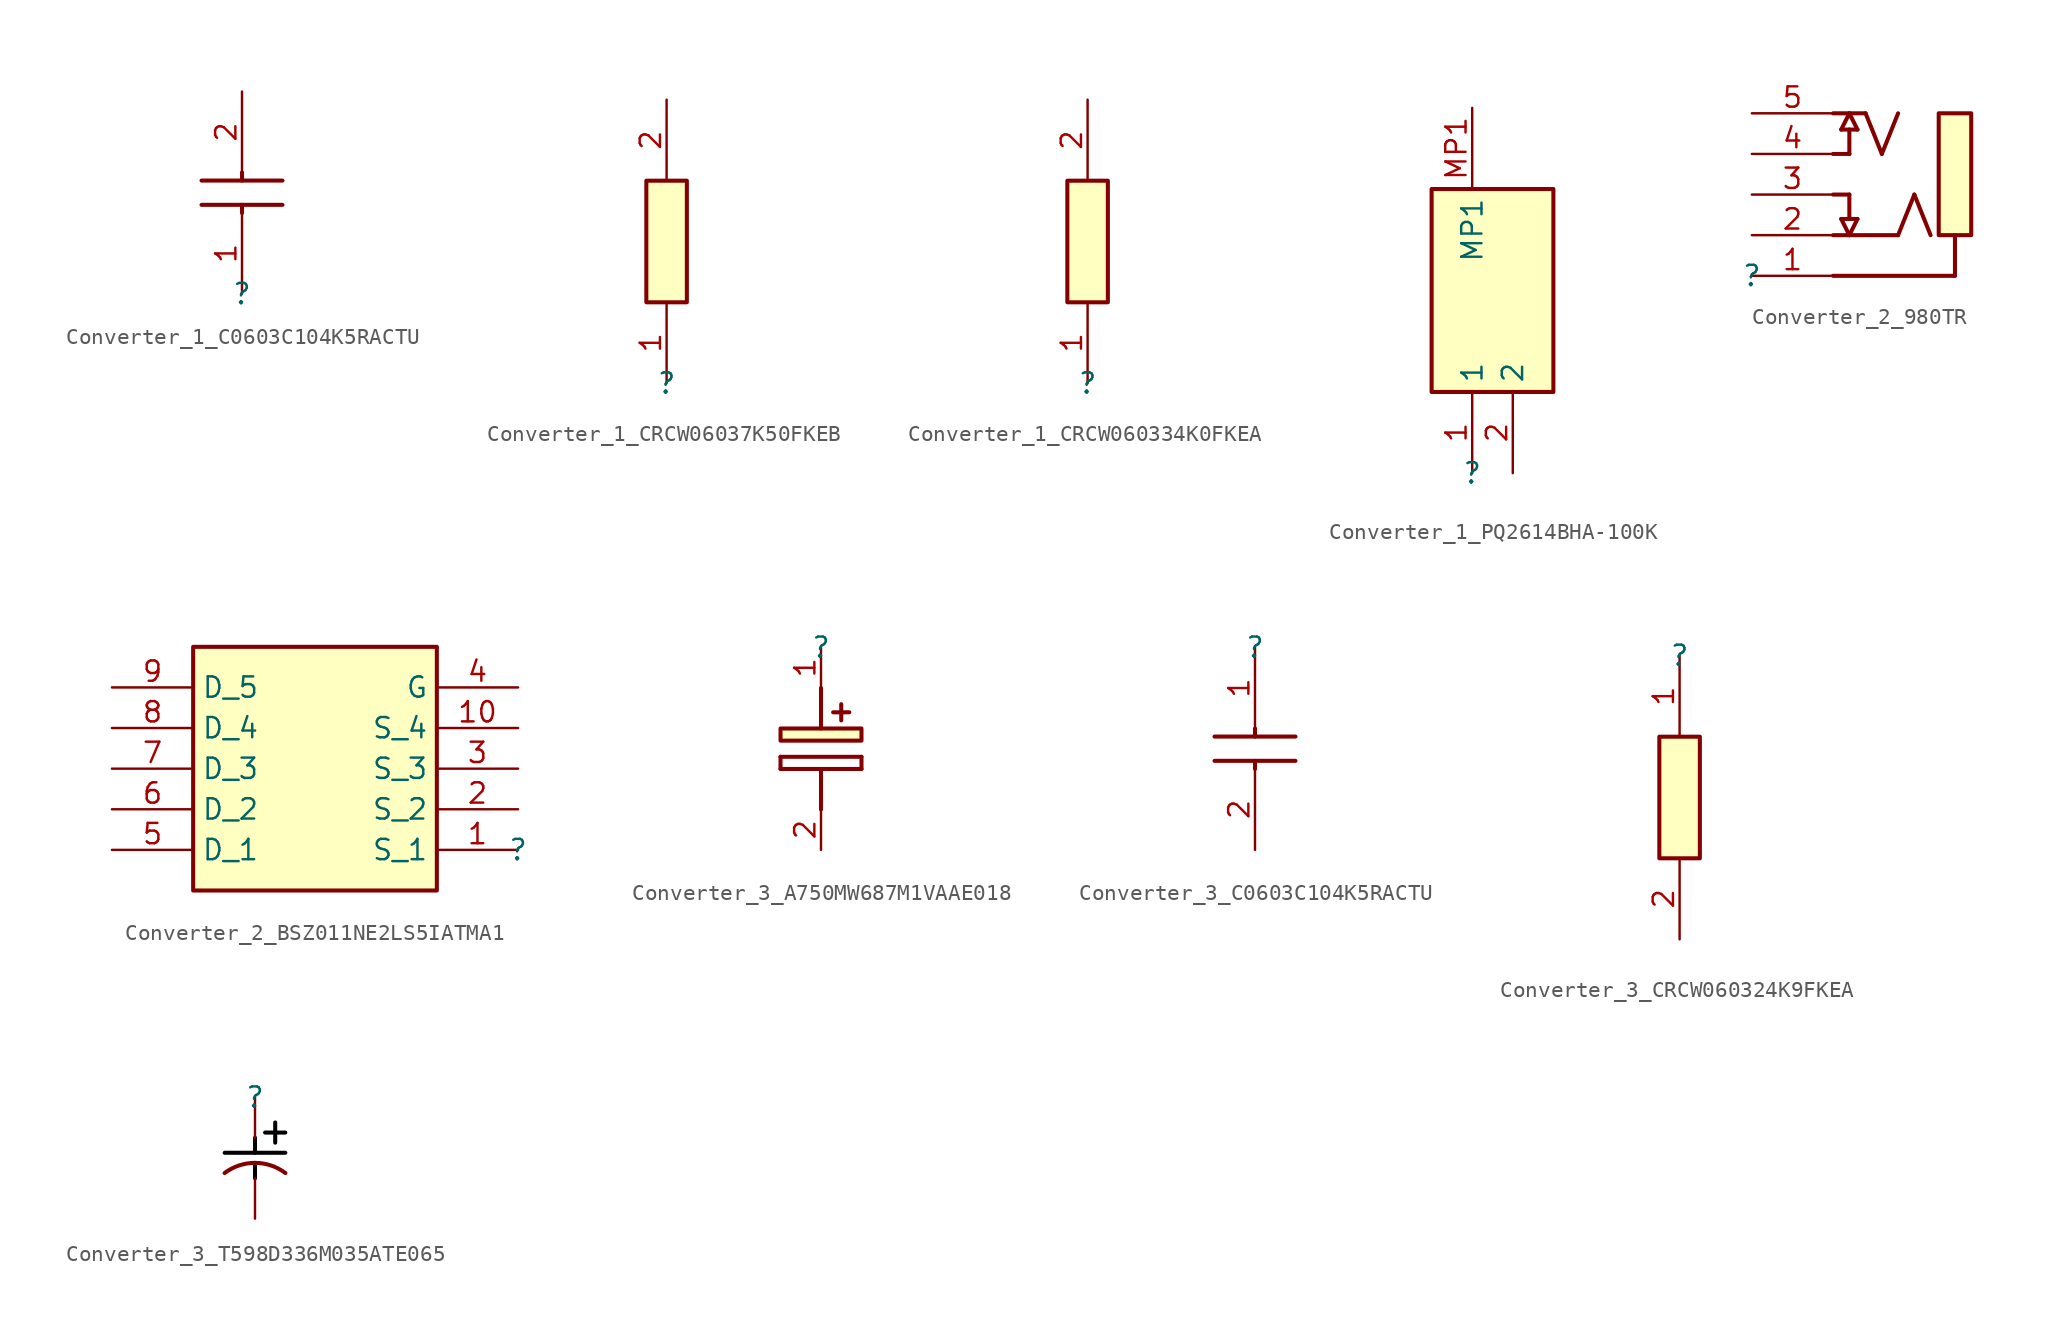
<source format=kicad_sym>
(kicad_symbol_lib
  (version 20220914)
  (generator kicad_symbol_editor)
  (symbol "Converter_1_C0603C104K5RACTU"
    (property "Reference" ""
      (at 0 0 0)
      (effects (font (size 1.27 1.27))))
    (property "Value" ""
      (at 0 0 0)
      (effects (font (size 1.27 1.27))))
    (symbol "Converter_1_C0603C104K5RACTU_1_0"
      (polyline (pts (xy -2.54 5.588) (xy 2.54 5.588)) (stroke (width 0.254) (type solid)) (fill (type none)))
      (polyline (pts (xy -2.54 7.112) (xy 2.54 7.112)) (stroke (width 0.254) (type solid)) (fill (type none)))
      (polyline (pts (xy 0 5.08) (xy 0 5.588)) (stroke (width 0.254) (type solid)) (fill (type none)))
      (polyline (pts (xy 0 7.112) (xy 0 7.62)) (stroke (width 0.254) (type solid)) (fill (type none)))
      (pin passive line (at 0 0 90) (length 5.08) (name "1" (effects (font (size 0 0)))) (number "1" (effects (font (size 1.27 1.27)))))
      (pin passive line (at 0 12.7 270) (length 5.08) (name "2" (effects (font (size 0 0)))) (number "2" (effects (font (size 1.27 1.27)))))))
  (symbol "Converter_1_CRCW06037K50FKEB"
    (property "Reference" ""
      (at 0 0 0)
      (effects (font (size 1.27 1.27))))
    (property "Value" ""
      (at 0 0 0)
      (effects (font (size 1.27 1.27))))
    (symbol "Converter_1_CRCW06037K50FKEB_1_0"
      (rectangle (start 1.27 12.7) (end -1.27 5.08) (stroke (width 0.254) (type solid)) (fill (type background)))
      (pin passive line (at 0 0 90) (length 5.08) (name "1" (effects (font (size 0 0)))) (number "1" (effects (font (size 1.27 1.27)))))
      (pin passive line (at 0 17.78 270) (length 5.08) (name "2" (effects (font (size 0 0)))) (number "2" (effects (font (size 1.27 1.27)))))))
  (symbol "Converter_1_CRCW060334K0FKEA"
    (property "Reference" ""
      (at 0 0 0)
      (effects (font (size 1.27 1.27))))
    (property "Value" ""
      (at 0 0 0)
      (effects (font (size 1.27 1.27))))
    (symbol "Converter_1_CRCW060334K0FKEA_1_0"
      (rectangle (start 1.27 12.7) (end -1.27 5.08) (stroke (width 0.254) (type solid)) (fill (type background)))
      (pin passive line (at 0 0 90) (length 5.08) (name "1" (effects (font (size 0 0)))) (number "1" (effects (font (size 1.27 1.27)))))
      (pin passive line (at 0 17.78 270) (length 5.08) (name "2" (effects (font (size 0 0)))) (number "2" (effects (font (size 1.27 1.27)))))))
  (symbol "Converter_1_PQ2614BHA-100K"
    (property "Reference" ""
      (at 0 0 0)
      (effects (font (size 1.27 1.27))))
    (property "Value" ""
      (at 0 0 0)
      (effects (font (size 1.27 1.27))))
    (symbol "Converter_1_PQ2614BHA-100K_1_0"
      (rectangle (start 5.08 17.78) (end -2.54 5.08) (stroke (width 0.254) (type solid)) (fill (type background)))
      (pin passive line (at 0 0 90) (length 5.08) (name "1" (effects (font (size 1.27 1.27)))) (number "1" (effects (font (size 1.27 1.27)))))
      (pin passive line (at 2.54 0 90) (length 5.08) (name "2" (effects (font (size 1.27 1.27)))) (number "2" (effects (font (size 1.27 1.27)))))
      (pin passive line (at 0 22.86 270) (length 5.08) (name "MP1" (effects (font (size 1.27 1.27)))) (number "MP1" (effects (font (size 1.27 1.27)))))))
  (symbol "Converter_2_980TR"
    (property "Reference" ""
      (at 0 0 0)
      (effects (font (size 1.27 1.27))))
    (property "Value" ""
      (at 0 0 0)
      (effects (font (size 1.27 1.27))))
    (symbol "Converter_2_980TR_1_0"
      (polyline (pts (xy 5.08 0) (xy 12.7 0)) (stroke (width 0.254) (type solid)) (fill (type none)))
      (polyline (pts (xy 5.08 5.08) (xy 6.096 5.08)) (stroke (width 0.254) (type solid)) (fill (type none)))
      (polyline (pts (xy 5.08 7.62) (xy 6.096 7.62)) (stroke (width 0.254) (type solid)) (fill (type none)))
      (polyline (pts (xy 5.08 10.16) (xy 7.112 10.16)) (stroke (width 0.254) (type solid)) (fill (type none)))
      (polyline (pts (xy 5.588 3.556) (xy 6.096 2.54)) (stroke (width 0.254) (type solid)) (fill (type none)))
      (polyline (pts (xy 5.588 3.556) (xy 6.604 3.556)) (stroke (width 0.254) (type solid)) (fill (type none)))
      (polyline (pts (xy 6.096 2.54) (xy 6.604 3.556)) (stroke (width 0.254) (type solid)) (fill (type none)))
      (polyline (pts (xy 6.096 3.556) (xy 6.096 5.08)) (stroke (width 0.254) (type solid)) (fill (type none)))
      (polyline (pts (xy 6.096 9.144) (xy 6.096 7.62)) (stroke (width 0.254) (type solid)) (fill (type none)))
      (polyline (pts (xy 6.096 10.16) (xy 5.588 9.144)) (stroke (width 0.254) (type solid)) (fill (type none)))
      (polyline (pts (xy 6.096 10.16) (xy 6.604 9.144)) (stroke (width 0.254) (type solid)) (fill (type none)))
      (polyline (pts (xy 6.604 9.144) (xy 5.588 9.144)) (stroke (width 0.254) (type solid)) (fill (type none)))
      (polyline (pts (xy 8.128 7.62) (xy 7.112 10.16)) (stroke (width 0.254) (type solid)) (fill (type none)))
      (polyline (pts (xy 8.128 7.62) (xy 9.144 10.16)) (stroke (width 0.254) (type solid)) (fill (type none)))
      (polyline (pts (xy 9.144 2.54) (xy 5.08 2.54)) (stroke (width 0.254) (type solid)) (fill (type none)))
      (polyline (pts (xy 9.144 2.54) (xy 10.16 5.08)) (stroke (width 0.254) (type solid)) (fill (type none)))
      (polyline (pts (xy 11.176 2.54) (xy 10.16 5.08)) (stroke (width 0.254) (type solid)) (fill (type none)))
      (polyline (pts (xy 12.7 2.54) (xy 12.7 0)) (stroke (width 0.254) (type solid)) (fill (type none)))
      (rectangle (start 13.716 10.16) (end 11.684 2.54) (stroke (width 0.254) (type solid)) (fill (type background)))
      (pin passive line (at 0 0 0) (length 5.08) (name "1" (effects (font (size 0 0)))) (number "1" (effects (font (size 1.27 1.27)))))
      (pin passive line (at 0 2.54 0) (length 5.08) (name "2" (effects (font (size 0 0)))) (number "2" (effects (font (size 1.27 1.27)))))
      (pin passive line (at 0 5.08 0) (length 5.08) (name "3" (effects (font (size 0 0)))) (number "3" (effects (font (size 1.27 1.27)))))
      (pin passive line (at 0 7.62 0) (length 5.08) (name "4" (effects (font (size 0 0)))) (number "4" (effects (font (size 1.27 1.27)))))
      (pin passive line (at 0 10.16 0) (length 5.08) (name "5" (effects (font (size 0 0)))) (number "5" (effects (font (size 1.27 1.27)))))))
  (symbol "Converter_2_BSZ011NE2LS5IATMA1"
    (property "Reference" ""
      (at 0 0 0)
      (effects (font (size 1.27 1.27))))
    (property "Value" ""
      (at 0 0 0)
      (effects (font (size 1.27 1.27))))
    (symbol "Converter_2_BSZ011NE2LS5IATMA1_1_0"
      (rectangle (start -5.08 12.7) (end -20.32 -2.54) (stroke (width 0.254) (type solid)) (fill (type background)))
      (pin passive line (at 0 0 180) (length 5.08) (name "S_1" (effects (font (size 1.27 1.27)))) (number "1" (effects (font (size 1.27 1.27)))))
      (pin passive line (at 0 7.62 180) (length 5.08) (name "S_4" (effects (font (size 1.27 1.27)))) (number "10" (effects (font (size 1.27 1.27)))))
      (pin passive line (at 0 2.54 180) (length 5.08) (name "S_2" (effects (font (size 1.27 1.27)))) (number "2" (effects (font (size 1.27 1.27)))))
      (pin passive line (at 0 5.08 180) (length 5.08) (name "S_3" (effects (font (size 1.27 1.27)))) (number "3" (effects (font (size 1.27 1.27)))))
      (pin passive line (at 0 10.16 180) (length 5.08) (name "G" (effects (font (size 1.27 1.27)))) (number "4" (effects (font (size 1.27 1.27)))))
      (pin passive line (at -25.4 0 0) (length 5.08) (name "D_1" (effects (font (size 1.27 1.27)))) (number "5" (effects (font (size 1.27 1.27)))))
      (pin passive line (at -25.4 2.54 0) (length 5.08) (name "D_2" (effects (font (size 1.27 1.27)))) (number "6" (effects (font (size 1.27 1.27)))))
      (pin passive line (at -25.4 5.08 0) (length 5.08) (name "D_3" (effects (font (size 1.27 1.27)))) (number "7" (effects (font (size 1.27 1.27)))))
      (pin passive line (at -25.4 7.62 0) (length 5.08) (name "D_4" (effects (font (size 1.27 1.27)))) (number "8" (effects (font (size 1.27 1.27)))))
      (pin passive line (at -25.4 10.16 0) (length 5.08) (name "D_5" (effects (font (size 1.27 1.27)))) (number "9" (effects (font (size 1.27 1.27)))))))
  (symbol "Converter_3_A750MW687M1VAAE018"
    (property "Reference" ""
      (at 0 0 0)
      (effects (font (size 1.27 1.27))))
    (property "Value" ""
      (at 0 0 0)
      (effects (font (size 1.27 1.27))))
    (symbol "Converter_3_A750MW687M1VAAE018_1_0"
      (polyline (pts (xy -2.54 -7.62) (xy -2.54 -6.858)) (stroke (width 0.254) (type solid)) (fill (type none)))
      (polyline (pts (xy -2.54 -6.858) (xy 2.54 -6.858)) (stroke (width 0.254) (type solid)) (fill (type none)))
      (polyline (pts (xy 0 -7.62) (xy 0 -10.16)) (stroke (width 0.254) (type solid)) (fill (type none)))
      (polyline (pts (xy 0 -2.54) (xy 0 -5.08)) (stroke (width 0.254) (type solid)) (fill (type none)))
      (polyline (pts (xy 1.27 -4.572) (xy 1.27 -3.556)) (stroke (width 0.254) (type solid)) (fill (type none)))
      (polyline (pts (xy 1.778 -4.064) (xy 0.762 -4.064)) (stroke (width 0.254) (type solid)) (fill (type none)))
      (polyline (pts (xy 2.54 -7.62) (xy -2.54 -7.62)) (stroke (width 0.254) (type solid)) (fill (type none)))
      (polyline (pts (xy 2.54 -6.858) (xy 2.54 -7.62)) (stroke (width 0.254) (type solid)) (fill (type none)))
      (rectangle (start 2.54 -5.08) (end -2.54 -5.842) (stroke (width 0.254) (type solid)) (fill (type background)))
      (pin passive line (at 0 0 270) (length 2.54) (name "+" (effects (font (size 0 0)))) (number "1" (effects (font (size 1.27 1.27)))))
      (pin passive line (at 0 -12.7 90) (length 2.54) (name "-" (effects (font (size 0 0)))) (number "2" (effects (font (size 1.27 1.27)))))))
  (symbol "Converter_3_C0603C104K5RACTU"
    (property "Reference" ""
      (at 0 0 0)
      (effects (font (size 1.27 1.27))))
    (property "Value" ""
      (at 0 0 0)
      (effects (font (size 1.27 1.27))))
    (symbol "Converter_3_C0603C104K5RACTU_1_0"
      (polyline (pts (xy 0 -7.112) (xy 0 -7.62)) (stroke (width 0.254) (type solid)) (fill (type none)))
      (polyline (pts (xy 0 -5.08) (xy 0 -5.588)) (stroke (width 0.254) (type solid)) (fill (type none)))
      (polyline (pts (xy 2.54 -7.112) (xy -2.54 -7.112)) (stroke (width 0.254) (type solid)) (fill (type none)))
      (polyline (pts (xy 2.54 -5.588) (xy -2.54 -5.588)) (stroke (width 0.254) (type solid)) (fill (type none)))
      (pin passive line (at 0 0 270) (length 5.08) (name "1" (effects (font (size 0 0)))) (number "1" (effects (font (size 1.27 1.27)))))
      (pin passive line (at 0 -12.7 90) (length 5.08) (name "2" (effects (font (size 0 0)))) (number "2" (effects (font (size 1.27 1.27)))))))
  (symbol "Converter_3_CRCW060324K9FKEA"
    (property "Reference" ""
      (at 0 0 0)
      (effects (font (size 1.27 1.27))))
    (property "Value" ""
      (at 0 0 0)
      (effects (font (size 1.27 1.27))))
    (symbol "Converter_3_CRCW060324K9FKEA_1_0"
      (rectangle (start 1.27 -5.08) (end -1.27 -12.7) (stroke (width 0.254) (type solid)) (fill (type background)))
      (pin passive line (at 0 0 270) (length 5.08) (name "1" (effects (font (size 0 0)))) (number "1" (effects (font (size 1.27 1.27)))))
      (pin passive line (at 0 -17.78 90) (length 5.08) (name "2" (effects (font (size 0 0)))) (number "2" (effects (font (size 1.27 1.27)))))))
  (symbol "Converter_3_T598D336M035ATE065"
    (property "Reference" ""
      (at 0 0 0)
      (effects (font (size 1.27 1.27))))
    (property "Value" ""
      (at 0 0 0)
      (effects (font (size 1.27 1.27))))
    (symbol "Converter_3_T598D336M035ATE065_1_0"
      (polyline (pts (xy -1.905 -3.48) (xy 1.905 -3.48)) (stroke (width 0.254) (type solid) (color 0 0 0 1)) (fill (type none)))
      (polyline (pts (xy 0 -4.115) (xy 0 -5.08)) (stroke (width 0.254) (type solid) (color 0 0 0 1)) (fill (type none)))
      (polyline (pts (xy 0 -2.54) (xy 0 -3.48)) (stroke (width 0.254) (type solid) (color 0 0 0 1)) (fill (type none)))
      (polyline (pts (xy 0.635 -2.21) (xy 1.905 -2.21)) (stroke (width 0.254) (type solid) (color 0 0 0 1)) (fill (type none)))
      (polyline (pts (xy 1.27 -1.575) (xy 1.27 -2.845)) (stroke (width 0.254) (type solid) (color 0 0 0 1)) (fill (type none)))
      (arc (start 1.9108 -4.7543) (mid 0 -4.115) (end -1.9108 -4.7543) (stroke (width 0.254) (type solid)) (fill (type none)))
      (pin passive line (at 0 0 270) (length 2.54) (name "1" (effects (font (size 0 0)))) (number "1" (effects (font (size 0 0)))))
      (pin passive line (at 0 -7.62 90) (length 2.54) (name "2" (effects (font (size 0 0)))) (number "2" (effects (font (size 0 0))))))))
</source>
